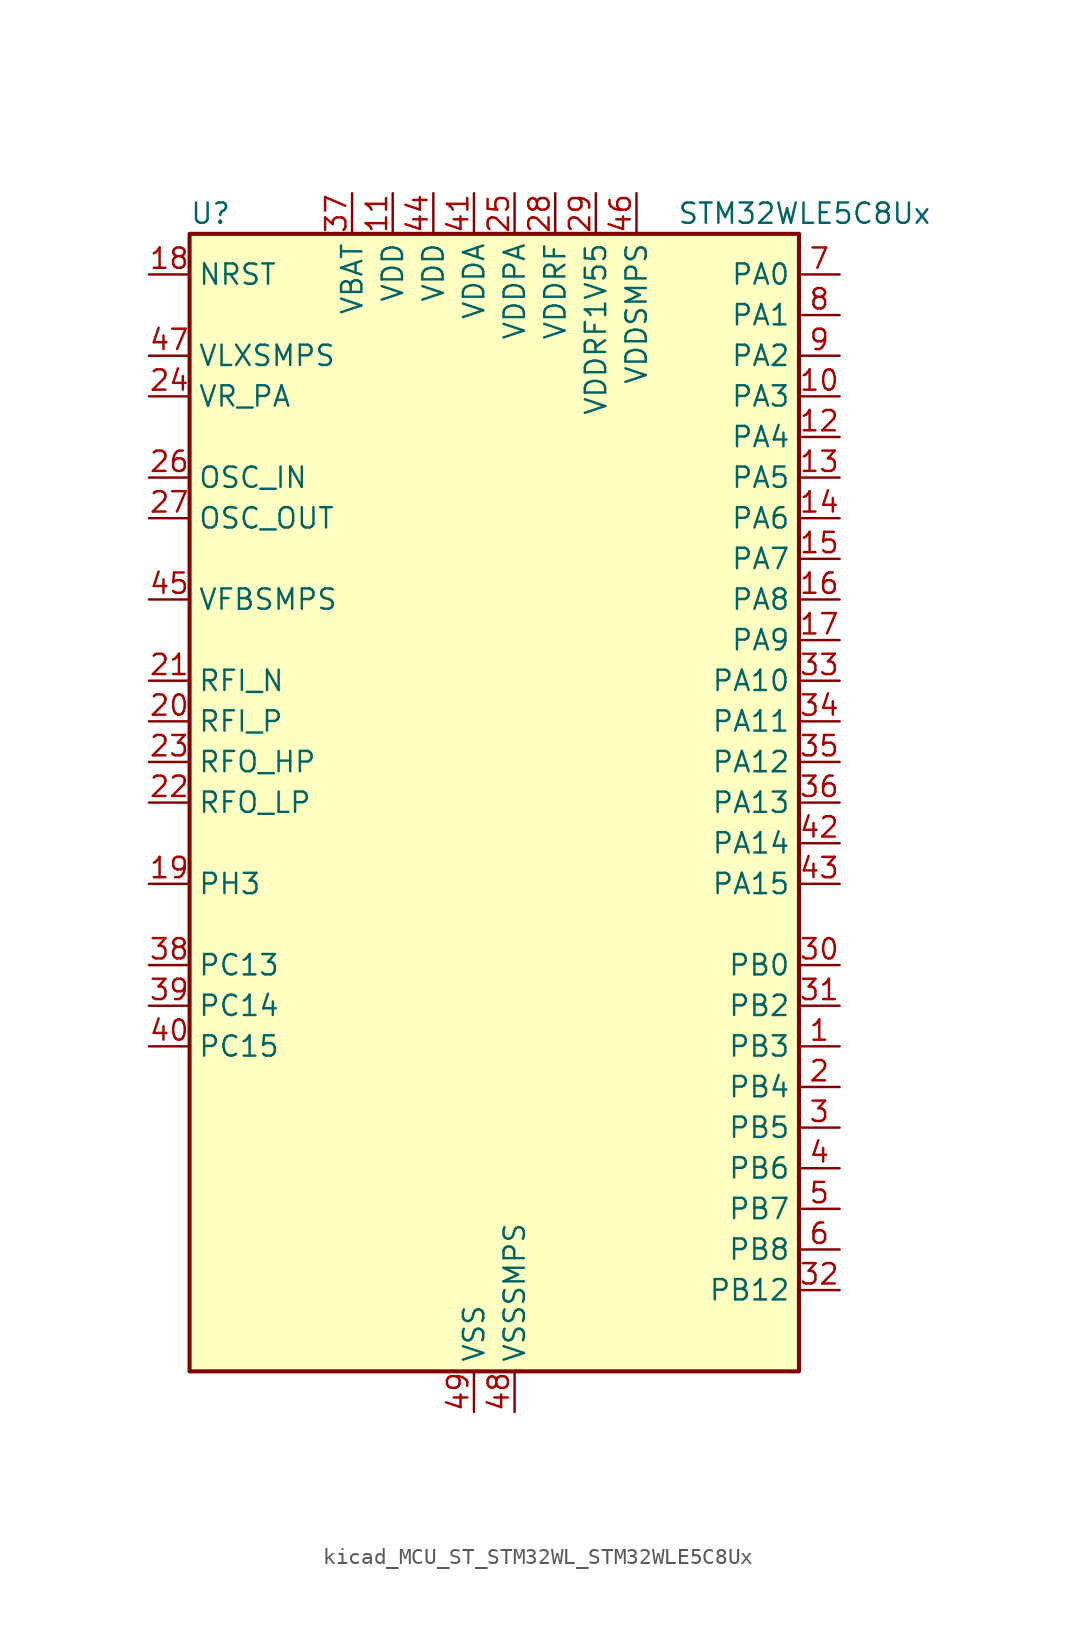
<source format=kicad_sym>
(kicad_symbol_lib
  (version 20220914)
  (generator kicad_symbol_editor)
  (symbol "kicad_MCU_ST_STM32WL_STM32WLE5C8Ux"
    (property "Reference" "U"
      (at -17.78 36.83 0)
      (effects (font (size 1.27 1.27)) (justify left)))
    (property "Value" "STM32WLE5C8Ux"
      (at 12.7 36.83 0)
      (effects (font (size 1.27 1.27)) (justify left)))
    (property "ki_locked" ""
      (at 0 0 0)
      (effects (font (size 1.27 1.27))))
    (symbol "kicad_MCU_ST_STM32WL_STM32WLE5C8Ux_0_1"
      (rectangle (start -17.78 -35.56) (end 20.32 35.56) (stroke (width 0.254) (type default)) (fill (type background))))
    (symbol "kicad_MCU_ST_STM32WL_STM32WLE5C8Ux_1_1"
      (pin bidirectional line (at 22.86 -15.24 180) (length 2.54) (name "PB3" (effects (font (size 1.27 1.27)))) (number "1" (effects (font (size 1.27 1.27)))) (alternate "ADC_IN2" bidirectional line) (alternate "COMP1_INM" bidirectional line) (alternate "COMP2_INM" bidirectional line) (alternate "DEBUG_JTDO-SWO" bidirectional line) (alternate "DEBUG_RF-DTB1" bidirectional line) (alternate "PWR_WKUP3" bidirectional line) (alternate "RTC_TAMP_IN3" bidirectional line) (alternate "SPI1_SCK" bidirectional line) (alternate "TIM2_CH2" bidirectional line) (alternate "USART1_DE" bidirectional line) (alternate "USART1_RTS" bidirectional line))
      (pin bidirectional line (at 22.86 25.4 180) (length 2.54) (name "PA3" (effects (font (size 1.27 1.27)))) (number "10" (effects (font (size 1.27 1.27)))) (alternate "I2S2_MCK" bidirectional line) (alternate "LPUART1_RX" bidirectional line) (alternate "TIM2_CH4" bidirectional line) (alternate "USART2_RX" bidirectional line))
      (pin power_in line (at -5.08 38.1 270) (length 2.54) (name "VDD" (effects (font (size 1.27 1.27)))) (number "11" (effects (font (size 1.27 1.27)))))
      (pin bidirectional line (at 22.86 22.86 180) (length 2.54) (name "PA4" (effects (font (size 1.27 1.27)))) (number "12" (effects (font (size 1.27 1.27)))) (alternate "DEBUG_SUBGHZSPI-NSSOUT" bidirectional line) (alternate "LPTIM1_OUT" bidirectional line) (alternate "LPTIM2_OUT" bidirectional line) (alternate "RTC_OUT2" bidirectional line) (alternate "SPI1_NSS" bidirectional line) (alternate "USART2_CK" bidirectional line))
      (pin bidirectional line (at 22.86 20.32 180) (length 2.54) (name "PA5" (effects (font (size 1.27 1.27)))) (number "13" (effects (font (size 1.27 1.27)))) (alternate "DEBUG_SUBGHZSPI-SCKOUT" bidirectional line) (alternate "LPTIM2_ETR" bidirectional line) (alternate "SPI1_SCK" bidirectional line) (alternate "SPI2_MISO" bidirectional line) (alternate "TIM2_CH1" bidirectional line) (alternate "TIM2_ETR" bidirectional line))
      (pin bidirectional line (at 22.86 17.78 180) (length 2.54) (name "PA6" (effects (font (size 1.27 1.27)))) (number "14" (effects (font (size 1.27 1.27)))) (alternate "DEBUG_SUBGHZSPI-MISOOUT" bidirectional line) (alternate "I2C2_SMBA" bidirectional line) (alternate "LPUART1_CTS" bidirectional line) (alternate "SPI1_MISO" bidirectional line) (alternate "TIM16_CH1" bidirectional line) (alternate "TIM1_BKIN" bidirectional line))
      (pin bidirectional line (at 22.86 15.24 180) (length 2.54) (name "PA7" (effects (font (size 1.27 1.27)))) (number "15" (effects (font (size 1.27 1.27)))) (alternate "COMP2_OUT" bidirectional line) (alternate "DEBUG_SUBGHZSPI-MOSIOUT" bidirectional line) (alternate "I2C3_SCL" bidirectional line) (alternate "SPI1_MOSI" bidirectional line) (alternate "TIM17_CH1" bidirectional line) (alternate "TIM1_CH1N" bidirectional line))
      (pin bidirectional line (at 22.86 12.7 180) (length 2.54) (name "PA8" (effects (font (size 1.27 1.27)))) (number "16" (effects (font (size 1.27 1.27)))) (alternate "I2S2_CK" bidirectional line) (alternate "LPTIM2_OUT" bidirectional line) (alternate "RCC_MCO" bidirectional line) (alternate "SPI2_SCK" bidirectional line) (alternate "TIM1_CH1" bidirectional line) (alternate "USART1_CK" bidirectional line))
      (pin bidirectional line (at 22.86 10.16 180) (length 2.54) (name "PA9" (effects (font (size 1.27 1.27)))) (number "17" (effects (font (size 1.27 1.27)))) (alternate "DAC_EXTI9" bidirectional line) (alternate "I2C1_SCL" bidirectional line) (alternate "I2S2_CK" bidirectional line) (alternate "I2S2_WS" bidirectional line) (alternate "SPI2_NSS" bidirectional line) (alternate "SPI2_SCK" bidirectional line) (alternate "TIM1_CH2" bidirectional line) (alternate "USART1_TX" bidirectional line))
      (pin input line (at -20.32 33.02 0) (length 2.54) (name "NRST" (effects (font (size 1.27 1.27)))) (number "18" (effects (font (size 1.27 1.27)))))
      (pin bidirectional line (at -20.32 -5.08 0) (length 2.54) (name "PH3" (effects (font (size 1.27 1.27)))) (number "19" (effects (font (size 1.27 1.27)))))
      (pin bidirectional line (at 22.86 -17.78 180) (length 2.54) (name "PB4" (effects (font (size 1.27 1.27)))) (number "2" (effects (font (size 1.27 1.27)))) (alternate "ADC_IN3" bidirectional line) (alternate "COMP1_INP" bidirectional line) (alternate "COMP2_INP" bidirectional line) (alternate "DEBUG_JTRST" bidirectional line) (alternate "DEBUG_RF-LDORDY" bidirectional line) (alternate "I2C3_SDA" bidirectional line) (alternate "SPI1_MISO" bidirectional line) (alternate "TIM17_BKIN" bidirectional line) (alternate "USART1_CTS" bidirectional line) (alternate "USART1_NSS" bidirectional line))
      (pin bidirectional line (at -20.32 5.08 0) (length 2.54) (name "RFI_P" (effects (font (size 1.27 1.27)))) (number "20" (effects (font (size 1.27 1.27)))))
      (pin bidirectional line (at -20.32 7.62 0) (length 2.54) (name "RFI_N" (effects (font (size 1.27 1.27)))) (number "21" (effects (font (size 1.27 1.27)))))
      (pin bidirectional line (at -20.32 0 0) (length 2.54) (name "RFO_LP" (effects (font (size 1.27 1.27)))) (number "22" (effects (font (size 1.27 1.27)))))
      (pin bidirectional line (at -20.32 2.54 0) (length 2.54) (name "RFO_HP" (effects (font (size 1.27 1.27)))) (number "23" (effects (font (size 1.27 1.27)))))
      (pin power_in line (at -20.32 25.4 0) (length 2.54) (name "VR_PA" (effects (font (size 1.27 1.27)))) (number "24" (effects (font (size 1.27 1.27)))))
      (pin power_in line (at 2.54 38.1 270) (length 2.54) (name "VDDPA" (effects (font (size 1.27 1.27)))) (number "25" (effects (font (size 1.27 1.27)))))
      (pin input line (at -20.32 20.32 0) (length 2.54) (name "OSC_IN" (effects (font (size 1.27 1.27)))) (number "26" (effects (font (size 1.27 1.27)))) (alternate "RCC_OSC_IN" bidirectional line))
      (pin input line (at -20.32 17.78 0) (length 2.54) (name "OSC_OUT" (effects (font (size 1.27 1.27)))) (number "27" (effects (font (size 1.27 1.27)))) (alternate "RCC_OSC_OUT" bidirectional line))
      (pin power_in line (at 5.08 38.1 270) (length 2.54) (name "VDDRF" (effects (font (size 1.27 1.27)))) (number "28" (effects (font (size 1.27 1.27)))))
      (pin power_in line (at 7.62 38.1 270) (length 2.54) (name "VDDRF1V55" (effects (font (size 1.27 1.27)))) (number "29" (effects (font (size 1.27 1.27)))))
      (pin bidirectional line (at 22.86 -20.32 180) (length 2.54) (name "PB5" (effects (font (size 1.27 1.27)))) (number "3" (effects (font (size 1.27 1.27)))) (alternate "COMP2_OUT" bidirectional line) (alternate "I2C1_SMBA" bidirectional line) (alternate "LPTIM1_IN1" bidirectional line) (alternate "SPI1_MOSI" bidirectional line) (alternate "TIM16_BKIN" bidirectional line) (alternate "USART1_CK" bidirectional line))
      (pin bidirectional line (at 22.86 -10.16 180) (length 2.54) (name "PB0" (effects (font (size 1.27 1.27)))) (number "30" (effects (font (size 1.27 1.27)))) (alternate "COMP1_OUT" bidirectional line) (alternate "VDDTCXO" bidirectional line))
      (pin bidirectional line (at 22.86 -12.7 180) (length 2.54) (name "PB2" (effects (font (size 1.27 1.27)))) (number "31" (effects (font (size 1.27 1.27)))) (alternate "ADC_IN4" bidirectional line) (alternate "COMP1_INP" bidirectional line) (alternate "COMP2_INM" bidirectional line) (alternate "DEBUG_RF-SMPSRDY" bidirectional line) (alternate "I2C3_SMBA" bidirectional line) (alternate "LPTIM1_OUT" bidirectional line) (alternate "SPI1_NSS" bidirectional line))
      (pin bidirectional line (at 22.86 -30.48 180) (length 2.54) (name "PB12" (effects (font (size 1.27 1.27)))) (number "32" (effects (font (size 1.27 1.27)))) (alternate "I2C3_SMBA" bidirectional line) (alternate "I2S2_WS" bidirectional line) (alternate "LPUART1_RTS" bidirectional line) (alternate "SPI2_NSS" bidirectional line) (alternate "TIM1_BKIN" bidirectional line))
      (pin bidirectional line (at 22.86 7.62 180) (length 2.54) (name "PA10" (effects (font (size 1.27 1.27)))) (number "33" (effects (font (size 1.27 1.27)))) (alternate "ADC_IN6" bidirectional line) (alternate "COMP1_INM" bidirectional line) (alternate "COMP2_INM" bidirectional line) (alternate "DAC_OUT1" bidirectional line) (alternate "DEBUG_RF-HSE32RDY" bidirectional line) (alternate "I2C1_SDA" bidirectional line) (alternate "I2S2_SD" bidirectional line) (alternate "RTC_REFIN" bidirectional line) (alternate "SPI2_MOSI" bidirectional line) (alternate "TIM17_BKIN" bidirectional line) (alternate "TIM1_CH3" bidirectional line) (alternate "USART1_RX" bidirectional line))
      (pin bidirectional line (at 22.86 5.08 180) (length 2.54) (name "PA11" (effects (font (size 1.27 1.27)))) (number "34" (effects (font (size 1.27 1.27)))) (alternate "ADC_EXTI11" bidirectional line) (alternate "ADC_IN7" bidirectional line) (alternate "COMP1_INM" bidirectional line) (alternate "COMP2_INM" bidirectional line) (alternate "DEBUG_RF-NRESET" bidirectional line) (alternate "I2C2_SDA" bidirectional line) (alternate "LPTIM3_ETR" bidirectional line) (alternate "SPI1_MISO" bidirectional line) (alternate "TIM1_BKIN2" bidirectional line) (alternate "TIM1_CH4" bidirectional line) (alternate "USART1_CTS" bidirectional line) (alternate "USART1_NSS" bidirectional line))
      (pin bidirectional line (at 22.86 2.54 180) (length 2.54) (name "PA12" (effects (font (size 1.27 1.27)))) (number "35" (effects (font (size 1.27 1.27)))) (alternate "ADC_IN8" bidirectional line) (alternate "DEBUG_RF-BUSY" bidirectional line) (alternate "I2C2_SCL" bidirectional line) (alternate "LPTIM3_IN1" bidirectional line) (alternate "SPI1_MOSI" bidirectional line) (alternate "TIM1_ETR" bidirectional line) (alternate "USART1_DE" bidirectional line) (alternate "USART1_RTS" bidirectional line))
      (pin bidirectional line (at 22.86 0 180) (length 2.54) (name "PA13" (effects (font (size 1.27 1.27)))) (number "36" (effects (font (size 1.27 1.27)))) (alternate "ADC_IN9" bidirectional line) (alternate "DEBUG_JTMS-SWDIO" bidirectional line) (alternate "I2C2_SMBA" bidirectional line) (alternate "IR_OUT" bidirectional line))
      (pin power_in line (at -7.62 38.1 270) (length 2.54) (name "VBAT" (effects (font (size 1.27 1.27)))) (number "37" (effects (font (size 1.27 1.27)))))
      (pin bidirectional line (at -20.32 -10.16 0) (length 2.54) (name "PC13" (effects (font (size 1.27 1.27)))) (number "38" (effects (font (size 1.27 1.27)))) (alternate "PWR_WKUP2" bidirectional line) (alternate "RTC_OUT1" bidirectional line) (alternate "RTC_TAMP_IN1" bidirectional line) (alternate "RTC_TS" bidirectional line))
      (pin bidirectional line (at -20.32 -12.7 0) (length 2.54) (name "PC14" (effects (font (size 1.27 1.27)))) (number "39" (effects (font (size 1.27 1.27)))) (alternate "RCC_OSC32_IN" bidirectional line))
      (pin bidirectional line (at 22.86 -22.86 180) (length 2.54) (name "PB6" (effects (font (size 1.27 1.27)))) (number "4" (effects (font (size 1.27 1.27)))) (alternate "I2C1_SCL" bidirectional line) (alternate "LPTIM1_ETR" bidirectional line) (alternate "TIM16_CH1N" bidirectional line) (alternate "USART1_TX" bidirectional line))
      (pin bidirectional line (at -20.32 -15.24 0) (length 2.54) (name "PC15" (effects (font (size 1.27 1.27)))) (number "40" (effects (font (size 1.27 1.27)))) (alternate "RCC_OSC32_OUT" bidirectional line))
      (pin power_in line (at 0 38.1 270) (length 2.54) (name "VDDA" (effects (font (size 1.27 1.27)))) (number "41" (effects (font (size 1.27 1.27)))))
      (pin bidirectional line (at 22.86 -2.54 180) (length 2.54) (name "PA14" (effects (font (size 1.27 1.27)))) (number "42" (effects (font (size 1.27 1.27)))) (alternate "ADC_IN10" bidirectional line) (alternate "DEBUG_JTCK-SWCLK" bidirectional line) (alternate "I2C1_SMBA" bidirectional line) (alternate "LPTIM1_OUT" bidirectional line))
      (pin bidirectional line (at 22.86 -5.08 180) (length 2.54) (name "PA15" (effects (font (size 1.27 1.27)))) (number "43" (effects (font (size 1.27 1.27)))) (alternate "ADC_IN11" bidirectional line) (alternate "COMP1_INM" bidirectional line) (alternate "COMP2_INP" bidirectional line) (alternate "DEBUG_JTDI" bidirectional line) (alternate "I2C2_SDA" bidirectional line) (alternate "SPI1_NSS" bidirectional line) (alternate "TIM2_CH1" bidirectional line) (alternate "TIM2_ETR" bidirectional line))
      (pin power_in line (at -2.54 38.1 270) (length 2.54) (name "VDD" (effects (font (size 1.27 1.27)))) (number "44" (effects (font (size 1.27 1.27)))))
      (pin input line (at -20.32 12.7 0) (length 2.54) (name "VFBSMPS" (effects (font (size 1.27 1.27)))) (number "45" (effects (font (size 1.27 1.27)))))
      (pin power_in line (at 10.16 38.1 270) (length 2.54) (name "VDDSMPS" (effects (font (size 1.27 1.27)))) (number "46" (effects (font (size 1.27 1.27)))))
      (pin power_in line (at -20.32 27.94 0) (length 2.54) (name "VLXSMPS" (effects (font (size 1.27 1.27)))) (number "47" (effects (font (size 1.27 1.27)))))
      (pin power_in line (at 2.54 -38.1 90) (length 2.54) (name "VSSSMPS" (effects (font (size 1.27 1.27)))) (number "48" (effects (font (size 1.27 1.27)))))
      (pin power_in line (at 0 -38.1 90) (length 2.54) (name "VSS" (effects (font (size 1.27 1.27)))) (number "49" (effects (font (size 1.27 1.27)))))
      (pin bidirectional line (at 22.86 -25.4 180) (length 2.54) (name "PB7" (effects (font (size 1.27 1.27)))) (number "5" (effects (font (size 1.27 1.27)))) (alternate "I2C1_SDA" bidirectional line) (alternate "LPTIM1_IN2" bidirectional line) (alternate "PWR_PVD_IN" bidirectional line) (alternate "TIM17_CH1N" bidirectional line) (alternate "TIM1_BKIN" bidirectional line) (alternate "USART1_RX" bidirectional line))
      (pin bidirectional line (at 22.86 -27.94 180) (length 2.54) (name "PB8" (effects (font (size 1.27 1.27)))) (number "6" (effects (font (size 1.27 1.27)))) (alternate "I2C1_SCL" bidirectional line) (alternate "TIM16_CH1" bidirectional line) (alternate "TIM1_CH2N" bidirectional line))
      (pin bidirectional line (at 22.86 33.02 180) (length 2.54) (name "PA0" (effects (font (size 1.27 1.27)))) (number "7" (effects (font (size 1.27 1.27)))) (alternate "COMP1_OUT" bidirectional line) (alternate "DEBUG_PWR-REGLP1S" bidirectional line) (alternate "I2C3_SMBA" bidirectional line) (alternate "I2S_CKIN" bidirectional line) (alternate "PWR_WKUP1" bidirectional line) (alternate "RTC_TAMP_IN2" bidirectional line) (alternate "TIM2_CH1" bidirectional line) (alternate "TIM2_ETR" bidirectional line) (alternate "USART2_CTS" bidirectional line) (alternate "USART2_NSS" bidirectional line))
      (pin bidirectional line (at 22.86 30.48 180) (length 2.54) (name "PA1" (effects (font (size 1.27 1.27)))) (number "8" (effects (font (size 1.27 1.27)))) (alternate "DEBUG_PWR-REGLP2S" bidirectional line) (alternate "I2C1_SMBA" bidirectional line) (alternate "LPTIM3_OUT" bidirectional line) (alternate "LPUART1_RTS" bidirectional line) (alternate "SPI1_SCK" bidirectional line) (alternate "TIM2_CH2" bidirectional line) (alternate "USART2_DE" bidirectional line) (alternate "USART2_RTS" bidirectional line))
      (pin bidirectional line (at 22.86 27.94 180) (length 2.54) (name "PA2" (effects (font (size 1.27 1.27)))) (number "9" (effects (font (size 1.27 1.27)))) (alternate "COMP2_OUT" bidirectional line) (alternate "DEBUG_PWR-LDORDY" bidirectional line) (alternate "LPUART1_TX" bidirectional line) (alternate "RCC_LSCO" bidirectional line) (alternate "TIM2_CH3" bidirectional line) (alternate "USART2_TX" bidirectional line)))))
</source>
